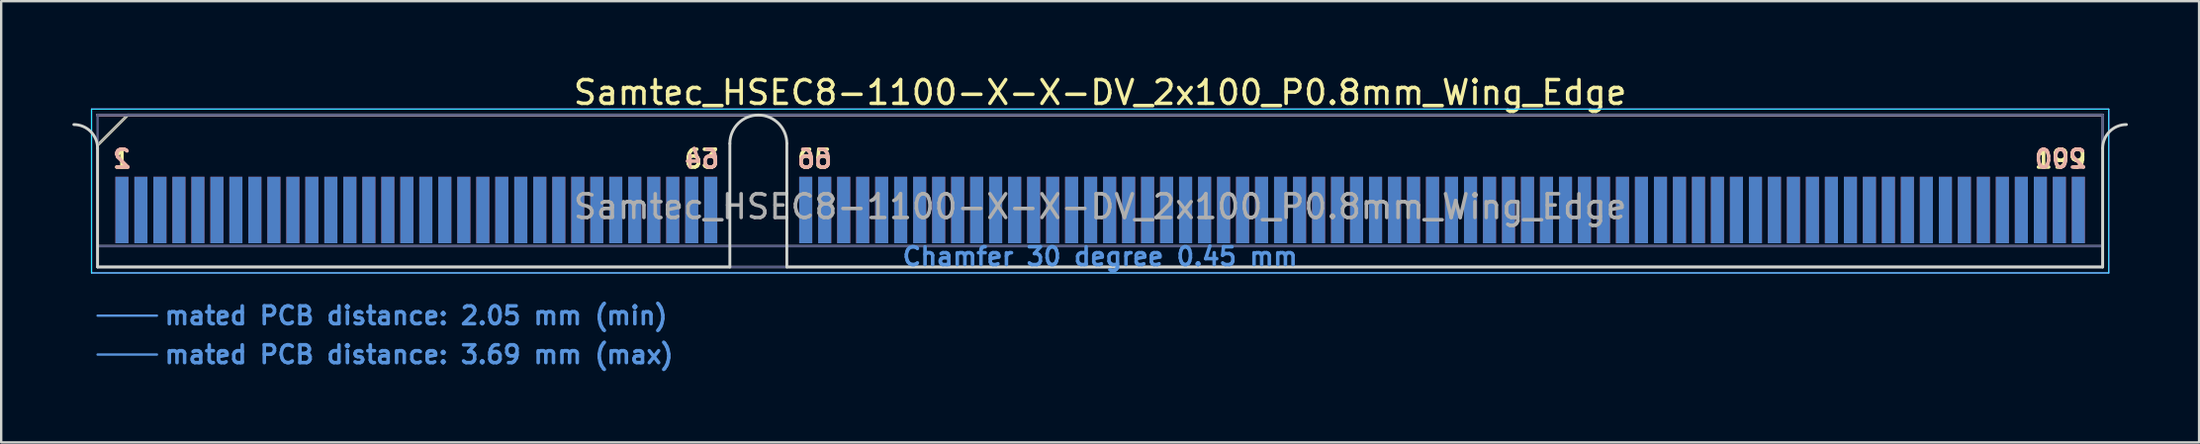
<source format=kicad_pcb>
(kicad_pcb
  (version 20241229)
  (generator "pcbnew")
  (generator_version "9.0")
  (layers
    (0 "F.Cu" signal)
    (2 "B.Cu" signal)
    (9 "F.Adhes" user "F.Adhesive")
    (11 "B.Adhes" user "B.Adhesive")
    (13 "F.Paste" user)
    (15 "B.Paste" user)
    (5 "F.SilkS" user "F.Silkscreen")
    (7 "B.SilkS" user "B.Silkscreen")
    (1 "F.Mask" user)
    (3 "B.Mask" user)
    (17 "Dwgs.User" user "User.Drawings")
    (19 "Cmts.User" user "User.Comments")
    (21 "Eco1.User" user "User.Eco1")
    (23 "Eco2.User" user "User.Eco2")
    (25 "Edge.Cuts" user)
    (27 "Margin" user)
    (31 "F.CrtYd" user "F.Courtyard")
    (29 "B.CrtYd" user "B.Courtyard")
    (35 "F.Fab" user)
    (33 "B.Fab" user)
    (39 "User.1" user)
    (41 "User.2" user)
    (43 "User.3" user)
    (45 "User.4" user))
  (footprint "Samtec_HSEC8-1100-X-X-DV_2x100_P0.8mm_Wing_Edge"
    (layer "F.Cu")
    (at 43.285 8.198)
    (property "Reference" "Samtec_HSEC8-1100-X-X-DV_2x100_P0.8mm_Wing_Edge" (at 0 -7.35 0) (layer "F.SilkS") (effects (font (size 1 1) (thickness 0.15))))
    (attr exclude_from_pos_files exclude_from_bom)
    (fp_line (start -42.225 -5.13) (end -40.955 -6.4) (stroke (width 0.12) (type solid)) (layer "F.SilkS"))
    (fp_line (start -40.955 -6.4) (end 42.225 -6.4) (stroke (width 0.12) (type solid)) (layer "F.SilkS"))
    (fp_line (start -42.225 -6.4) (end -42.225 -6.4) (stroke (width 0.12) (type solid)) (layer "B.SilkS"))
    (fp_line (start -42.225 -6.4) (end 42.225 -6.4) (stroke (width 0.12) (type solid)) (layer "B.SilkS"))
    (fp_line (start -42.225 2.05) (end -39.725 2.05) (stroke (width 0.1) (type solid)) (layer "Cmts.User"))
    (fp_line (start -42.225 3.69) (end -39.725 3.69) (stroke (width 0.1) (type solid)) (layer "Cmts.User"))
    (fp_line (start -42.225 -5) (end -42.225 0) (stroke (width 0.12) (type solid)) (layer "Edge.Cuts"))
    (fp_line (start -42.225 0) (end -15.595 0) (stroke (width 0.12) (type solid)) (layer "Edge.Cuts"))
    (fp_line (start -15.595 0) (end -15.595 -5.2) (stroke (width 0.12) (type solid)) (layer "Edge.Cuts"))
    (fp_line (start -13.195 -5.2) (end -13.195 0) (stroke (width 0.12) (type solid)) (layer "Edge.Cuts"))
    (fp_line (start -13.195 0) (end 42.225 0) (stroke (width 0.12) (type solid)) (layer "Edge.Cuts"))
    (fp_line (start 42.225 0) (end 42.225 -5) (stroke (width 0.12) (type solid)) (layer "Edge.Cuts"))
    (fp_arc (start -43.225 -6) (mid -42.517893 -5.707107) (end -42.225 -5) (stroke (width 0.12) (type solid)) (layer "Edge.Cuts"))
    (fp_arc (start -15.595 -5.2) (mid -14.395 -6.4) (end -13.195 -5.2) (stroke (width 0.12) (type solid)) (layer "Edge.Cuts"))
    (fp_arc (start 42.225 -5) (mid 42.517893 -5.707107) (end 43.225 -6) (stroke (width 0.12) (type solid)) (layer "Edge.Cuts"))
    (fp_line (start -42.48 -6.65) (end -42.48 0.25) (stroke (width 0.05) (type solid)) (layer "B.CrtYd"))
    (fp_line (start -42.48 0.25) (end 42.48 0.25) (stroke (width 0.05) (type solid)) (layer "B.CrtYd"))
    (fp_line (start 42.48 -6.65) (end -42.48 -6.65) (stroke (width 0.05) (type solid)) (layer "B.CrtYd"))
    (fp_line (start 42.48 0.25) (end 42.48 -6.65) (stroke (width 0.05) (type solid)) (layer "B.CrtYd"))
    (fp_line (start -42.48 -6.65) (end -42.48 0.25) (stroke (width 0.05) (type solid)) (layer "F.CrtYd"))
    (fp_line (start -42.48 0.25) (end 42.48 0.25) (stroke (width 0.05) (type solid)) (layer "F.CrtYd"))
    (fp_line (start 42.48 -6.65) (end -42.48 -6.65) (stroke (width 0.05) (type solid)) (layer "F.CrtYd"))
    (fp_line (start 42.48 0.25) (end 42.48 -6.65) (stroke (width 0.05) (type solid)) (layer "F.CrtYd"))
    (fp_line (start -42.225 -6.4) (end -42.225 -6.4) (stroke (width 0.1) (type solid)) (layer "B.Fab"))
    (fp_line (start -42.225 -6.4) (end -42.225 0) (stroke (width 0.1) (type solid)) (layer "B.Fab"))
    (fp_line (start -42.225 -6.4) (end 42.225 -6.4) (stroke (width 0.1) (type solid)) (layer "B.Fab"))
    (fp_line (start -42.225 -0.88) (end 42.225 -0.88) (stroke (width 0.1) (type solid)) (layer "B.Fab"))
    (fp_line (start -42.225 0) (end 42.225 0) (stroke (width 0.1) (type solid)) (layer "B.Fab"))
    (fp_line (start 42.225 -6.4) (end 42.225 0) (stroke (width 0.1) (type solid)) (layer "B.Fab"))
    (fp_line (start -42.225 -5.13) (end -42.225 0) (stroke (width 0.1) (type solid)) (layer "F.Fab"))
    (fp_line (start -42.225 -5.13) (end -40.955 -6.4) (stroke (width 0.1) (type solid)) (layer "F.Fab"))
    (fp_line (start -42.225 -0.88) (end 42.225 -0.88) (stroke (width 0.1) (type solid)) (layer "F.Fab"))
    (fp_line (start -42.225 0) (end 42.225 0) (stroke (width 0.1) (type solid)) (layer "F.Fab"))
    (fp_line (start -40.955 -6.4) (end 42.225 -6.4) (stroke (width 0.1) (type solid)) (layer "F.Fab"))
    (fp_line (start 42.225 -6.4) (end 42.225 0) (stroke (width 0.1) (type solid)) (layer "F.Fab"))
    (fp_text user "1" (at -41.2 -4.55 0) (layer "F.SilkS") (effects (font (size 0.75 0.75) (thickness 0.15))))
    (fp_text user "63" (at -16.775 -4.55 0) (layer "F.SilkS") (effects (font (size 0.75 0.75) (thickness 0.15))))
    (fp_text user "199" (at 40.45 -4.55 0) (layer "F.SilkS") (effects (font (size 0.75 0.75) (thickness 0.15))))
    (fp_text user "65" (at -12.025 -4.55 0) (layer "F.SilkS") (effects (font (size 0.75 0.75) (thickness 0.15))))
    (fp_text user "64" (at -16.775 -4.55 0) (layer "B.SilkS") (effects (font (size 0.75 0.75) (thickness 0.15)) (justify mirror)))
    (fp_text user "200" (at 40.45 -4.55 0) (layer "B.SilkS") (effects (font (size 0.75 0.75) (thickness 0.15)) (justify mirror)))
    (fp_text user "2" (at -41.2 -4.55 0) (layer "B.SilkS") (effects (font (size 0.75 0.75) (thickness 0.15)) (justify mirror)))
    (fp_text user "66" (at -12.025 -4.55 0) (layer "B.SilkS") (effects (font (size 0.75 0.75) (thickness 0.15)) (justify mirror)))
    (fp_text user "mated PCB distance: 3.69 mm (max)" (at -39.48 3.69 0) (layer "Cmts.User") (effects (font (size 0.75 0.75) (thickness 0.15)) (justify left)))
    (fp_text user "mated PCB distance: 2.05 mm (min)" (at -39.48 2.05 0) (layer "Cmts.User") (effects (font (size 0.75 0.75) (thickness 0.15)) (justify left)))
    (fp_text user "Chamfer 30 degree 0.45 mm" (at 0 -0.44 0) (layer "Cmts.User") (effects (font (size 0.75 0.75) (thickness 0.15))))
    (fp_text user "${REFERENCE}" (at 0 -2.54 0) (layer "F.Fab") (effects (font (size 1 1) (thickness 0.15))))
    (pad "1" connect rect (at -41.2 -2.4) (size 0.55 2.8) (layers "F.Cu" "F.Mask"))
    (pad "2" connect rect (at -41.2 -2.4) (size 0.55 2.8) (layers "B.Cu" "B.Mask"))
    (pad "3" connect rect (at -40.4 -2.4) (size 0.55 2.8) (layers "F.Cu" "F.Mask"))
    (pad "4" connect rect (at -40.4 -2.4) (size 0.55 2.8) (layers "B.Cu" "B.Mask"))
    (pad "5" connect rect (at -39.6 -2.4) (size 0.55 2.8) (layers "F.Cu" "F.Mask"))
    (pad "6" connect rect (at -39.6 -2.4) (size 0.55 2.8) (layers "B.Cu" "B.Mask"))
    (pad "7" connect rect (at -38.8 -2.4) (size 0.55 2.8) (layers "F.Cu" "F.Mask"))
    (pad "8" connect rect (at -38.8 -2.4) (size 0.55 2.8) (layers "B.Cu" "B.Mask"))
    (pad "9" connect rect (at -38 -2.4) (size 0.55 2.8) (layers "F.Cu" "F.Mask"))
    (pad "10" connect rect (at -38 -2.4) (size 0.55 2.8) (layers "B.Cu" "B.Mask"))
    (pad "11" connect rect (at -37.2 -2.4) (size 0.55 2.8) (layers "F.Cu" "F.Mask"))
    (pad "12" connect rect (at -37.2 -2.4) (size 0.55 2.8) (layers "B.Cu" "B.Mask"))
    (pad "13" connect rect (at -36.4 -2.4) (size 0.55 2.8) (layers "F.Cu" "F.Mask"))
    (pad "14" connect rect (at -36.4 -2.4) (size 0.55 2.8) (layers "B.Cu" "B.Mask"))
    (pad "15" connect rect (at -35.6 -2.4) (size 0.55 2.8) (layers "F.Cu" "F.Mask"))
    (pad "16" connect rect (at -35.6 -2.4) (size 0.55 2.8) (layers "B.Cu" "B.Mask"))
    (pad "17" connect rect (at -34.8 -2.4) (size 0.55 2.8) (layers "F.Cu" "F.Mask"))
    (pad "18" connect rect (at -34.8 -2.4) (size 0.55 2.8) (layers "B.Cu" "B.Mask"))
    (pad "19" connect rect (at -34 -2.4) (size 0.55 2.8) (layers "F.Cu" "F.Mask"))
    (pad "20" connect rect (at -34 -2.4) (size 0.55 2.8) (layers "B.Cu" "B.Mask"))
    (pad "21" connect rect (at -33.2 -2.4) (size 0.55 2.8) (layers "F.Cu" "F.Mask"))
    (pad "22" connect rect (at -33.2 -2.4) (size 0.55 2.8) (layers "B.Cu" "B.Mask"))
    (pad "23" connect rect (at -32.4 -2.4) (size 0.55 2.8) (layers "F.Cu" "F.Mask"))
    (pad "24" connect rect (at -32.4 -2.4) (size 0.55 2.8) (layers "B.Cu" "B.Mask"))
    (pad "25" connect rect (at -31.6 -2.4) (size 0.55 2.8) (layers "F.Cu" "F.Mask"))
    (pad "26" connect rect (at -31.6 -2.4) (size 0.55 2.8) (layers "B.Cu" "B.Mask"))
    (pad "27" connect rect (at -30.8 -2.4) (size 0.55 2.8) (layers "F.Cu" "F.Mask"))
    (pad "28" connect rect (at -30.8 -2.4) (size 0.55 2.8) (layers "B.Cu" "B.Mask"))
    (pad "29" connect rect (at -30 -2.4) (size 0.55 2.8) (layers "F.Cu" "F.Mask"))
    (pad "30" connect rect (at -30 -2.4) (size 0.55 2.8) (layers "B.Cu" "B.Mask"))
    (pad "31" connect rect (at -29.2 -2.4) (size 0.55 2.8) (layers "F.Cu" "F.Mask"))
    (pad "32" connect rect (at -29.2 -2.4) (size 0.55 2.8) (layers "B.Cu" "B.Mask"))
    (pad "33" connect rect (at -28.4 -2.4) (size 0.55 2.8) (layers "F.Cu" "F.Mask"))
    (pad "34" connect rect (at -28.4 -2.4) (size 0.55 2.8) (layers "B.Cu" "B.Mask"))
    (pad "35" connect rect (at -27.6 -2.4) (size 0.55 2.8) (layers "F.Cu" "F.Mask"))
    (pad "36" connect rect (at -27.6 -2.4) (size 0.55 2.8) (layers "B.Cu" "B.Mask"))
    (pad "37" connect rect (at -26.8 -2.4) (size 0.55 2.8) (layers "F.Cu" "F.Mask"))
    (pad "38" connect rect (at -26.8 -2.4) (size 0.55 2.8) (layers "B.Cu" "B.Mask"))
    (pad "39" connect rect (at -26 -2.4) (size 0.55 2.8) (layers "F.Cu" "F.Mask"))
    (pad "40" connect rect (at -26 -2.4) (size 0.55 2.8) (layers "B.Cu" "B.Mask"))
    (pad "41" connect rect (at -25.2 -2.4) (size 0.55 2.8) (layers "F.Cu" "F.Mask"))
    (pad "42" connect rect (at -25.2 -2.4) (size 0.55 2.8) (layers "B.Cu" "B.Mask"))
    (pad "43" connect rect (at -24.4 -2.4) (size 0.55 2.8) (layers "F.Cu" "F.Mask"))
    (pad "44" connect rect (at -24.4 -2.4) (size 0.55 2.8) (layers "B.Cu" "B.Mask"))
    (pad "45" connect rect (at -23.6 -2.4) (size 0.55 2.8) (layers "F.Cu" "F.Mask"))
    (pad "46" connect rect (at -23.6 -2.4) (size 0.55 2.8) (layers "B.Cu" "B.Mask"))
    (pad "47" connect rect (at -22.8 -2.4) (size 0.55 2.8) (layers "F.Cu" "F.Mask"))
    (pad "48" connect rect (at -22.8 -2.4) (size 0.55 2.8) (layers "B.Cu" "B.Mask"))
    (pad "49" connect rect (at -22 -2.4) (size 0.55 2.8) (layers "F.Cu" "F.Mask"))
    (pad "50" connect rect (at -22 -2.4) (size 0.55 2.8) (layers "B.Cu" "B.Mask"))
    (pad "51" connect rect (at -21.2 -2.4) (size 0.55 2.8) (layers "F.Cu" "F.Mask"))
    (pad "52" connect rect (at -21.2 -2.4) (size 0.55 2.8) (layers "B.Cu" "B.Mask"))
    (pad "53" connect rect (at -20.4 -2.4) (size 0.55 2.8) (layers "F.Cu" "F.Mask"))
    (pad "54" connect rect (at -20.4 -2.4) (size 0.55 2.8) (layers "B.Cu" "B.Mask"))
    (pad "55" connect rect (at -19.6 -2.4) (size 0.55 2.8) (layers "F.Cu" "F.Mask"))
    (pad "56" connect rect (at -19.6 -2.4) (size 0.55 2.8) (layers "B.Cu" "B.Mask"))
    (pad "57" connect rect (at -18.8 -2.4) (size 0.55 2.8) (layers "F.Cu" "F.Mask"))
    (pad "58" connect rect (at -18.8 -2.4) (size 0.55 2.8) (layers "B.Cu" "B.Mask"))
    (pad "59" connect rect (at -18 -2.4) (size 0.55 2.8) (layers "F.Cu" "F.Mask"))
    (pad "60" connect rect (at -18 -2.4) (size 0.55 2.8) (layers "B.Cu" "B.Mask"))
    (pad "61" connect rect (at -17.2 -2.4) (size 0.55 2.8) (layers "F.Cu" "F.Mask"))
    (pad "62" connect rect (at -17.2 -2.4) (size 0.55 2.8) (layers "B.Cu" "B.Mask"))
    (pad "63" connect rect (at -16.4 -2.4) (size 0.55 2.8) (layers "F.Cu" "F.Mask"))
    (pad "64" connect rect (at -16.4 -2.4) (size 0.55 2.8) (layers "B.Cu" "B.Mask"))
    (pad "65" connect rect (at -12.4 -2.4) (size 0.55 2.8) (layers "F.Cu" "F.Mask"))
    (pad "66" connect rect (at -12.4 -2.4) (size 0.55 2.8) (layers "B.Cu" "B.Mask"))
    (pad "67" connect rect (at -11.6 -2.4) (size 0.55 2.8) (layers "F.Cu" "F.Mask"))
    (pad "68" connect rect (at -11.6 -2.4) (size 0.55 2.8) (layers "B.Cu" "B.Mask"))
    (pad "69" connect rect (at -10.8 -2.4) (size 0.55 2.8) (layers "F.Cu" "F.Mask"))
    (pad "70" connect rect (at -10.8 -2.4) (size 0.55 2.8) (layers "B.Cu" "B.Mask"))
    (pad "71" connect rect (at -10 -2.4) (size 0.55 2.8) (layers "F.Cu" "F.Mask"))
    (pad "72" connect rect (at -10 -2.4) (size 0.55 2.8) (layers "B.Cu" "B.Mask"))
    (pad "73" connect rect (at -9.2 -2.4) (size 0.55 2.8) (layers "F.Cu" "F.Mask"))
    (pad "74" connect rect (at -9.2 -2.4) (size 0.55 2.8) (layers "B.Cu" "B.Mask"))
    (pad "75" connect rect (at -8.4 -2.4) (size 0.55 2.8) (layers "F.Cu" "F.Mask"))
    (pad "76" connect rect (at -8.4 -2.4) (size 0.55 2.8) (layers "B.Cu" "B.Mask"))
    (pad "77" connect rect (at -7.6 -2.4) (size 0.55 2.8) (layers "F.Cu" "F.Mask"))
    (pad "78" connect rect (at -7.6 -2.4) (size 0.55 2.8) (layers "B.Cu" "B.Mask"))
    (pad "79" connect rect (at -6.8 -2.4) (size 0.55 2.8) (layers "F.Cu" "F.Mask"))
    (pad "80" connect rect (at -6.8 -2.4) (size 0.55 2.8) (layers "B.Cu" "B.Mask"))
    (pad "81" connect rect (at -6 -2.4) (size 0.55 2.8) (layers "F.Cu" "F.Mask"))
    (pad "82" connect rect (at -6 -2.4) (size 0.55 2.8) (layers "B.Cu" "B.Mask"))
    (pad "83" connect rect (at -5.2 -2.4) (size 0.55 2.8) (layers "F.Cu" "F.Mask"))
    (pad "84" connect rect (at -5.2 -2.4) (size 0.55 2.8) (layers "B.Cu" "B.Mask"))
    (pad "85" connect rect (at -4.4 -2.4) (size 0.55 2.8) (layers "F.Cu" "F.Mask"))
    (pad "86" connect rect (at -4.4 -2.4) (size 0.55 2.8) (layers "B.Cu" "B.Mask"))
    (pad "87" connect rect (at -3.6 -2.4) (size 0.55 2.8) (layers "F.Cu" "F.Mask"))
    (pad "88" connect rect (at -3.6 -2.4) (size 0.55 2.8) (layers "B.Cu" "B.Mask"))
    (pad "89" connect rect (at -2.8 -2.4) (size 0.55 2.8) (layers "F.Cu" "F.Mask"))
    (pad "90" connect rect (at -2.8 -2.4) (size 0.55 2.8) (layers "B.Cu" "B.Mask"))
    (pad "91" connect rect (at -2 -2.4) (size 0.55 2.8) (layers "F.Cu" "F.Mask"))
    (pad "92" connect rect (at -2 -2.4) (size 0.55 2.8) (layers "B.Cu" "B.Mask"))
    (pad "93" connect rect (at -1.2 -2.4) (size 0.55 2.8) (layers "F.Cu" "F.Mask"))
    (pad "94" connect rect (at -1.2 -2.4) (size 0.55 2.8) (layers "B.Cu" "B.Mask"))
    (pad "95" connect rect (at -0.4 -2.4) (size 0.55 2.8) (layers "F.Cu" "F.Mask"))
    (pad "96" connect rect (at -0.4 -2.4) (size 0.55 2.8) (layers "B.Cu" "B.Mask"))
    (pad "97" connect rect (at 0.4 -2.4) (size 0.55 2.8) (layers "F.Cu" "F.Mask"))
    (pad "98" connect rect (at 0.4 -2.4) (size 0.55 2.8) (layers "B.Cu" "B.Mask"))
    (pad "99" connect rect (at 1.2 -2.4) (size 0.55 2.8) (layers "F.Cu" "F.Mask"))
    (pad "100" connect rect (at 1.2 -2.4) (size 0.55 2.8) (layers "B.Cu" "B.Mask"))
    (pad "101" connect rect (at 2 -2.4) (size 0.55 2.8) (layers "F.Cu" "F.Mask"))
    (pad "102" connect rect (at 2 -2.4) (size 0.55 2.8) (layers "B.Cu" "B.Mask"))
    (pad "103" connect rect (at 2.8 -2.4) (size 0.55 2.8) (layers "F.Cu" "F.Mask"))
    (pad "104" connect rect (at 2.8 -2.4) (size 0.55 2.8) (layers "B.Cu" "B.Mask"))
    (pad "105" connect rect (at 3.6 -2.4) (size 0.55 2.8) (layers "F.Cu" "F.Mask"))
    (pad "106" connect rect (at 3.6 -2.4) (size 0.55 2.8) (layers "B.Cu" "B.Mask"))
    (pad "107" connect rect (at 4.4 -2.4) (size 0.55 2.8) (layers "F.Cu" "F.Mask"))
    (pad "108" connect rect (at 4.4 -2.4) (size 0.55 2.8) (layers "B.Cu" "B.Mask"))
    (pad "109" connect rect (at 5.2 -2.4) (size 0.55 2.8) (layers "F.Cu" "F.Mask"))
    (pad "110" connect rect (at 5.2 -2.4) (size 0.55 2.8) (layers "B.Cu" "B.Mask"))
    (pad "111" connect rect (at 6 -2.4) (size 0.55 2.8) (layers "F.Cu" "F.Mask"))
    (pad "112" connect rect (at 6 -2.4) (size 0.55 2.8) (layers "B.Cu" "B.Mask"))
    (pad "113" connect rect (at 6.8 -2.4) (size 0.55 2.8) (layers "F.Cu" "F.Mask"))
    (pad "114" connect rect (at 6.8 -2.4) (size 0.55 2.8) (layers "B.Cu" "B.Mask"))
    (pad "115" connect rect (at 7.6 -2.4) (size 0.55 2.8) (layers "F.Cu" "F.Mask"))
    (pad "116" connect rect (at 7.6 -2.4) (size 0.55 2.8) (layers "B.Cu" "B.Mask"))
    (pad "117" connect rect (at 8.4 -2.4) (size 0.55 2.8) (layers "F.Cu" "F.Mask"))
    (pad "118" connect rect (at 8.4 -2.4) (size 0.55 2.8) (layers "B.Cu" "B.Mask"))
    (pad "119" connect rect (at 9.2 -2.4) (size 0.55 2.8) (layers "F.Cu" "F.Mask"))
    (pad "120" connect rect (at 9.2 -2.4) (size 0.55 2.8) (layers "B.Cu" "B.Mask"))
    (pad "121" connect rect (at 10 -2.4) (size 0.55 2.8) (layers "F.Cu" "F.Mask"))
    (pad "122" connect rect (at 10 -2.4) (size 0.55 2.8) (layers "B.Cu" "B.Mask"))
    (pad "123" connect rect (at 10.8 -2.4) (size 0.55 2.8) (layers "F.Cu" "F.Mask"))
    (pad "124" connect rect (at 10.8 -2.4) (size 0.55 2.8) (layers "B.Cu" "B.Mask"))
    (pad "125" connect rect (at 11.6 -2.4) (size 0.55 2.8) (layers "F.Cu" "F.Mask"))
    (pad "126" connect rect (at 11.6 -2.4) (size 0.55 2.8) (layers "B.Cu" "B.Mask"))
    (pad "127" connect rect (at 12.4 -2.4) (size 0.55 2.8) (layers "F.Cu" "F.Mask"))
    (pad "128" connect rect (at 12.4 -2.4) (size 0.55 2.8) (layers "B.Cu" "B.Mask"))
    (pad "129" connect rect (at 13.2 -2.4) (size 0.55 2.8) (layers "F.Cu" "F.Mask"))
    (pad "130" connect rect (at 13.2 -2.4) (size 0.55 2.8) (layers "B.Cu" "B.Mask"))
    (pad "131" connect rect (at 14 -2.4) (size 0.55 2.8) (layers "F.Cu" "F.Mask"))
    (pad "132" connect rect (at 14 -2.4) (size 0.55 2.8) (layers "B.Cu" "B.Mask"))
    (pad "133" connect rect (at 14.8 -2.4) (size 0.55 2.8) (layers "F.Cu" "F.Mask"))
    (pad "134" connect rect (at 14.8 -2.4) (size 0.55 2.8) (layers "B.Cu" "B.Mask"))
    (pad "135" connect rect (at 15.6 -2.4) (size 0.55 2.8) (layers "F.Cu" "F.Mask"))
    (pad "136" connect rect (at 15.6 -2.4) (size 0.55 2.8) (layers "B.Cu" "B.Mask"))
    (pad "137" connect rect (at 16.4 -2.4) (size 0.55 2.8) (layers "F.Cu" "F.Mask"))
    (pad "138" connect rect (at 16.4 -2.4) (size 0.55 2.8) (layers "B.Cu" "B.Mask"))
    (pad "139" connect rect (at 17.2 -2.4) (size 0.55 2.8) (layers "F.Cu" "F.Mask"))
    (pad "140" connect rect (at 17.2 -2.4) (size 0.55 2.8) (layers "B.Cu" "B.Mask"))
    (pad "141" connect rect (at 18 -2.4) (size 0.55 2.8) (layers "F.Cu" "F.Mask"))
    (pad "142" connect rect (at 18 -2.4) (size 0.55 2.8) (layers "B.Cu" "B.Mask"))
    (pad "143" connect rect (at 18.8 -2.4) (size 0.55 2.8) (layers "F.Cu" "F.Mask"))
    (pad "144" connect rect (at 18.8 -2.4) (size 0.55 2.8) (layers "B.Cu" "B.Mask"))
    (pad "145" connect rect (at 19.6 -2.4) (size 0.55 2.8) (layers "F.Cu" "F.Mask"))
    (pad "146" connect rect (at 19.6 -2.4) (size 0.55 2.8) (layers "B.Cu" "B.Mask"))
    (pad "147" connect rect (at 20.4 -2.4) (size 0.55 2.8) (layers "F.Cu" "F.Mask"))
    (pad "148" connect rect (at 20.4 -2.4) (size 0.55 2.8) (layers "B.Cu" "B.Mask"))
    (pad "149" connect rect (at 21.2 -2.4) (size 0.55 2.8) (layers "F.Cu" "F.Mask"))
    (pad "150" connect rect (at 21.2 -2.4) (size 0.55 2.8) (layers "B.Cu" "B.Mask"))
    (pad "151" connect rect (at 22 -2.4) (size 0.55 2.8) (layers "F.Cu" "F.Mask"))
    (pad "152" connect rect (at 22 -2.4) (size 0.55 2.8) (layers "B.Cu" "B.Mask"))
    (pad "153" connect rect (at 22.8 -2.4) (size 0.55 2.8) (layers "F.Cu" "F.Mask"))
    (pad "154" connect rect (at 22.8 -2.4) (size 0.55 2.8) (layers "B.Cu" "B.Mask"))
    (pad "155" connect rect (at 23.6 -2.4) (size 0.55 2.8) (layers "F.Cu" "F.Mask"))
    (pad "156" connect rect (at 23.6 -2.4) (size 0.55 2.8) (layers "B.Cu" "B.Mask"))
    (pad "157" connect rect (at 24.4 -2.4) (size 0.55 2.8) (layers "F.Cu" "F.Mask"))
    (pad "158" connect rect (at 24.4 -2.4) (size 0.55 2.8) (layers "B.Cu" "B.Mask"))
    (pad "159" connect rect (at 25.2 -2.4) (size 0.55 2.8) (layers "F.Cu" "F.Mask"))
    (pad "160" connect rect (at 25.2 -2.4) (size 0.55 2.8) (layers "B.Cu" "B.Mask"))
    (pad "161" connect rect (at 26 -2.4) (size 0.55 2.8) (layers "F.Cu" "F.Mask"))
    (pad "162" connect rect (at 26 -2.4) (size 0.55 2.8) (layers "B.Cu" "B.Mask"))
    (pad "163" connect rect (at 26.8 -2.4) (size 0.55 2.8) (layers "F.Cu" "F.Mask"))
    (pad "164" connect rect (at 26.8 -2.4) (size 0.55 2.8) (layers "B.Cu" "B.Mask"))
    (pad "165" connect rect (at 27.6 -2.4) (size 0.55 2.8) (layers "F.Cu" "F.Mask"))
    (pad "166" connect rect (at 27.6 -2.4) (size 0.55 2.8) (layers "B.Cu" "B.Mask"))
    (pad "167" connect rect (at 28.4 -2.4) (size 0.55 2.8) (layers "F.Cu" "F.Mask"))
    (pad "168" connect rect (at 28.4 -2.4) (size 0.55 2.8) (layers "B.Cu" "B.Mask"))
    (pad "169" connect rect (at 29.2 -2.4) (size 0.55 2.8) (layers "F.Cu" "F.Mask"))
    (pad "170" connect rect (at 29.2 -2.4) (size 0.55 2.8) (layers "B.Cu" "B.Mask"))
    (pad "171" connect rect (at 30 -2.4) (size 0.55 2.8) (layers "F.Cu" "F.Mask"))
    (pad "172" connect rect (at 30 -2.4) (size 0.55 2.8) (layers "B.Cu" "B.Mask"))
    (pad "173" connect rect (at 30.8 -2.4) (size 0.55 2.8) (layers "F.Cu" "F.Mask"))
    (pad "174" connect rect (at 30.8 -2.4) (size 0.55 2.8) (layers "B.Cu" "B.Mask"))
    (pad "175" connect rect (at 31.6 -2.4) (size 0.55 2.8) (layers "F.Cu" "F.Mask"))
    (pad "176" connect rect (at 31.6 -2.4) (size 0.55 2.8) (layers "B.Cu" "B.Mask"))
    (pad "177" connect rect (at 32.4 -2.4) (size 0.55 2.8) (layers "F.Cu" "F.Mask"))
    (pad "178" connect rect (at 32.4 -2.4) (size 0.55 2.8) (layers "B.Cu" "B.Mask"))
    (pad "179" connect rect (at 33.2 -2.4) (size 0.55 2.8) (layers "F.Cu" "F.Mask"))
    (pad "180" connect rect (at 33.2 -2.4) (size 0.55 2.8) (layers "B.Cu" "B.Mask"))
    (pad "181" connect rect (at 34 -2.4) (size 0.55 2.8) (layers "F.Cu" "F.Mask"))
    (pad "182" connect rect (at 34 -2.4) (size 0.55 2.8) (layers "B.Cu" "B.Mask"))
    (pad "183" connect rect (at 34.8 -2.4) (size 0.55 2.8) (layers "F.Cu" "F.Mask"))
    (pad "184" connect rect (at 34.8 -2.4) (size 0.55 2.8) (layers "B.Cu" "B.Mask"))
    (pad "185" connect rect (at 35.6 -2.4) (size 0.55 2.8) (layers "F.Cu" "F.Mask"))
    (pad "186" connect rect (at 35.6 -2.4) (size 0.55 2.8) (layers "B.Cu" "B.Mask"))
    (pad "187" connect rect (at 36.4 -2.4) (size 0.55 2.8) (layers "F.Cu" "F.Mask"))
    (pad "188" connect rect (at 36.4 -2.4) (size 0.55 2.8) (layers "B.Cu" "B.Mask"))
    (pad "189" connect rect (at 37.2 -2.4) (size 0.55 2.8) (layers "F.Cu" "F.Mask"))
    (pad "190" connect rect (at 37.2 -2.4) (size 0.55 2.8) (layers "B.Cu" "B.Mask"))
    (pad "191" connect rect (at 38 -2.4) (size 0.55 2.8) (layers "F.Cu" "F.Mask"))
    (pad "192" connect rect (at 38 -2.4) (size 0.55 2.8) (layers "B.Cu" "B.Mask"))
    (pad "193" connect rect (at 38.8 -2.4) (size 0.55 2.8) (layers "F.Cu" "F.Mask"))
    (pad "194" connect rect (at 38.8 -2.4) (size 0.55 2.8) (layers "B.Cu" "B.Mask"))
    (pad "195" connect rect (at 39.6 -2.4) (size 0.55 2.8) (layers "F.Cu" "F.Mask"))
    (pad "196" connect rect (at 39.6 -2.4) (size 0.55 2.8) (layers "B.Cu" "B.Mask"))
    (pad "197" connect rect (at 40.4 -2.4) (size 0.55 2.8) (layers "F.Cu" "F.Mask"))
    (pad "198" connect rect (at 40.4 -2.4) (size 0.55 2.8) (layers "B.Cu" "B.Mask"))
    (pad "199" connect rect (at 41.2 -2.4) (size 0.55 2.8) (layers "F.Cu" "F.Mask"))
    (pad "200" connect rect (at 41.2 -2.4) (size 0.55 2.8) (layers "B.Cu" "B.Mask")))
  (gr_rect
    (start -3 -3)
    (end 89.57 15.59)
    (stroke (width 0.1) (type default))
    (fill no)
    (layer "Edge.Cuts")))
</source>
